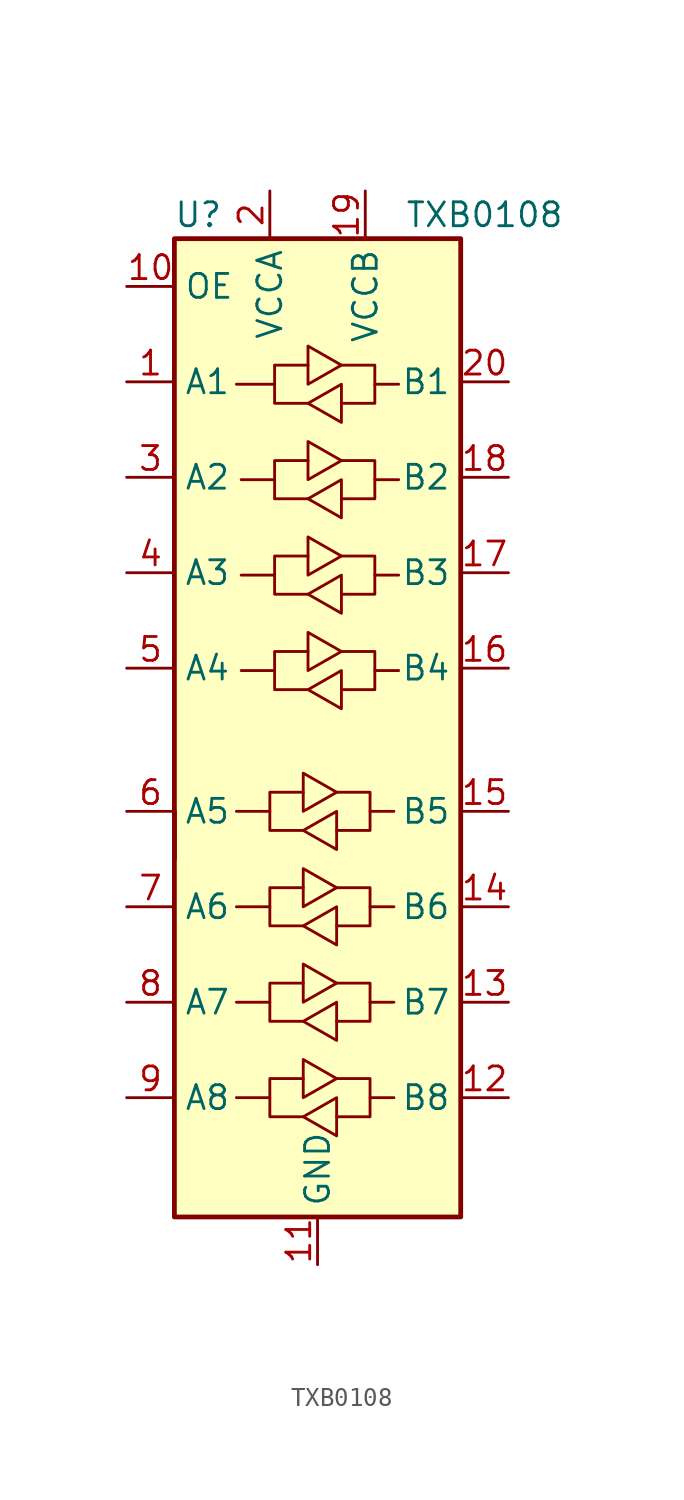
<source format=kicad_sym>
(kicad_symbol_lib
  (version 20211014)
  (generator kicad_symbol_editor)
  (symbol "TXB0108"
    (property "Reference" "U"
      (at 1.27 1.27 0)
      (effects (font (size 1.27 1.27))))
    (property "Value" "TXB0108"
      (at 16.51 1.27 0)
      (effects (font (size 1.27 1.27))))
    (symbol "TXB0108_0_1"
      (rectangle (start 0 -33.02) (end 0 -30.48) (stroke (width 0.254) (type default) (color 0 0 0 0)) (fill (type none)))
      (polyline (pts (xy 5.08 -45.72) (xy 5.08 -44.704) (xy 6.858 -44.704)) (stroke (width 0) (type default) (color 0 0 0 0)) (fill (type none)))
      (polyline (pts (xy 5.08 -40.64) (xy 5.08 -39.624) (xy 6.858 -39.624)) (stroke (width 0) (type default) (color 0 0 0 0)) (fill (type none)))
      (polyline (pts (xy 5.08 -35.56) (xy 5.08 -34.544) (xy 6.858 -34.544)) (stroke (width 0) (type default) (color 0 0 0 0)) (fill (type none)))
      (polyline (pts (xy 5.08 -30.48) (xy 5.08 -29.464) (xy 6.858 -29.464)) (stroke (width 0) (type default) (color 0 0 0 0)) (fill (type none)))
      (polyline (pts (xy 5.334 -22.987) (xy 5.334 -21.971) (xy 7.112 -21.971)) (stroke (width 0) (type default) (color 0 0 0 0)) (fill (type none)))
      (polyline (pts (xy 5.334 -17.907) (xy 5.334 -16.891) (xy 7.112 -16.891)) (stroke (width 0) (type default) (color 0 0 0 0)) (fill (type none)))
      (polyline (pts (xy 5.334 -12.827) (xy 5.334 -11.811) (xy 7.112 -11.811)) (stroke (width 0) (type default) (color 0 0 0 0)) (fill (type none)))
      (polyline (pts (xy 5.334 -7.747) (xy 5.334 -6.731) (xy 7.112 -6.731)) (stroke (width 0) (type default) (color 0 0 0 0)) (fill (type none)))
      (polyline (pts (xy 10.414 -45.72) (xy 10.414 -46.736) (xy 8.636 -46.736)) (stroke (width 0) (type default) (color 0 0 0 0)) (fill (type none)))
      (polyline (pts (xy 10.414 -40.64) (xy 10.414 -41.656) (xy 8.636 -41.656)) (stroke (width 0) (type default) (color 0 0 0 0)) (fill (type none)))
      (polyline (pts (xy 10.414 -35.56) (xy 10.414 -36.576) (xy 8.636 -36.576)) (stroke (width 0) (type default) (color 0 0 0 0)) (fill (type none)))
      (polyline (pts (xy 10.414 -30.48) (xy 10.414 -31.496) (xy 8.636 -31.496)) (stroke (width 0) (type default) (color 0 0 0 0)) (fill (type none)))
      (polyline (pts (xy 10.668 -22.987) (xy 10.668 -24.003) (xy 8.89 -24.003)) (stroke (width 0) (type default) (color 0 0 0 0)) (fill (type none)))
      (polyline (pts (xy 10.668 -17.907) (xy 10.668 -18.923) (xy 8.89 -18.923)) (stroke (width 0) (type default) (color 0 0 0 0)) (fill (type none)))
      (polyline (pts (xy 10.668 -12.827) (xy 10.668 -13.843) (xy 8.89 -13.843)) (stroke (width 0) (type default) (color 0 0 0 0)) (fill (type none)))
      (polyline (pts (xy 10.668 -7.747) (xy 10.668 -8.763) (xy 8.89 -8.763)) (stroke (width 0) (type default) (color 0 0 0 0)) (fill (type none)))
      (polyline (pts (xy 6.858 -46.736) (xy 5.08 -46.736) (xy 5.08 -45.72) (xy 3.302 -45.72)) (stroke (width 0) (type default) (color 0 0 0 0)) (fill (type none)))
      (polyline (pts (xy 6.858 -46.736) (xy 8.636 -45.72) (xy 8.636 -47.752) (xy 6.858 -46.736)) (stroke (width 0) (type default) (color 0 0 0 0)) (fill (type none)))
      (polyline (pts (xy 6.858 -41.656) (xy 5.08 -41.656) (xy 5.08 -40.64) (xy 3.302 -40.64)) (stroke (width 0) (type default) (color 0 0 0 0)) (fill (type none)))
      (polyline (pts (xy 6.858 -41.656) (xy 8.636 -40.64) (xy 8.636 -42.672) (xy 6.858 -41.656)) (stroke (width 0) (type default) (color 0 0 0 0)) (fill (type none)))
      (polyline (pts (xy 6.858 -36.576) (xy 5.08 -36.576) (xy 5.08 -35.56) (xy 3.302 -35.56)) (stroke (width 0) (type default) (color 0 0 0 0)) (fill (type none)))
      (polyline (pts (xy 6.858 -36.576) (xy 8.636 -35.56) (xy 8.636 -37.592) (xy 6.858 -36.576)) (stroke (width 0) (type default) (color 0 0 0 0)) (fill (type none)))
      (polyline (pts (xy 6.858 -31.496) (xy 5.08 -31.496) (xy 5.08 -30.48) (xy 3.302 -30.48)) (stroke (width 0) (type default) (color 0 0 0 0)) (fill (type none)))
      (polyline (pts (xy 6.858 -31.496) (xy 8.636 -30.48) (xy 8.636 -32.512) (xy 6.858 -31.496)) (stroke (width 0) (type default) (color 0 0 0 0)) (fill (type none)))
      (polyline (pts (xy 7.112 -24.003) (xy 5.334 -24.003) (xy 5.334 -22.987) (xy 3.556 -22.987)) (stroke (width 0) (type default) (color 0 0 0 0)) (fill (type none)))
      (polyline (pts (xy 7.112 -24.003) (xy 8.89 -22.987) (xy 8.89 -25.019) (xy 7.112 -24.003)) (stroke (width 0) (type default) (color 0 0 0 0)) (fill (type none)))
      (polyline (pts (xy 7.112 -18.923) (xy 5.334 -18.923) (xy 5.334 -17.907) (xy 3.556 -17.907)) (stroke (width 0) (type default) (color 0 0 0 0)) (fill (type none)))
      (polyline (pts (xy 7.112 -18.923) (xy 8.89 -17.907) (xy 8.89 -19.939) (xy 7.112 -18.923)) (stroke (width 0) (type default) (color 0 0 0 0)) (fill (type none)))
      (polyline (pts (xy 7.112 -13.843) (xy 5.334 -13.843) (xy 5.334 -12.827) (xy 3.556 -12.827)) (stroke (width 0) (type default) (color 0 0 0 0)) (fill (type none)))
      (polyline (pts (xy 7.112 -13.843) (xy 8.89 -12.827) (xy 8.89 -14.859) (xy 7.112 -13.843)) (stroke (width 0) (type default) (color 0 0 0 0)) (fill (type none)))
      (polyline (pts (xy 7.112 -8.763) (xy 5.334 -8.763) (xy 5.334 -7.747) (xy 3.302 -7.747)) (stroke (width 0) (type default) (color 0 0 0 0)) (fill (type none)))
      (polyline (pts (xy 7.112 -8.763) (xy 8.89 -7.747) (xy 8.89 -9.779) (xy 7.112 -8.763)) (stroke (width 0) (type default) (color 0 0 0 0)) (fill (type none)))
      (polyline (pts (xy 8.636 -44.704) (xy 6.858 -45.72) (xy 6.858 -43.688) (xy 8.636 -44.704)) (stroke (width 0) (type default) (color 0 0 0 0)) (fill (type none)))
      (polyline (pts (xy 8.636 -44.704) (xy 10.414 -44.704) (xy 10.414 -45.72) (xy 11.684 -45.72)) (stroke (width 0) (type default) (color 0 0 0 0)) (fill (type none)))
      (polyline (pts (xy 8.636 -39.624) (xy 6.858 -40.64) (xy 6.858 -38.608) (xy 8.636 -39.624)) (stroke (width 0) (type default) (color 0 0 0 0)) (fill (type none)))
      (polyline (pts (xy 8.636 -39.624) (xy 10.414 -39.624) (xy 10.414 -40.64) (xy 11.684 -40.64)) (stroke (width 0) (type default) (color 0 0 0 0)) (fill (type none)))
      (polyline (pts (xy 8.636 -34.544) (xy 6.858 -35.56) (xy 6.858 -33.528) (xy 8.636 -34.544)) (stroke (width 0) (type default) (color 0 0 0 0)) (fill (type none)))
      (polyline (pts (xy 8.636 -34.544) (xy 10.414 -34.544) (xy 10.414 -35.56) (xy 11.684 -35.56)) (stroke (width 0) (type default) (color 0 0 0 0)) (fill (type none)))
      (polyline (pts (xy 8.636 -29.464) (xy 6.858 -30.48) (xy 6.858 -28.448) (xy 8.636 -29.464)) (stroke (width 0) (type default) (color 0 0 0 0)) (fill (type none)))
      (polyline (pts (xy 8.636 -29.464) (xy 10.414 -29.464) (xy 10.414 -30.48) (xy 11.684 -30.48)) (stroke (width 0) (type default) (color 0 0 0 0)) (fill (type none)))
      (polyline (pts (xy 8.89 -21.971) (xy 7.112 -22.987) (xy 7.112 -20.955) (xy 8.89 -21.971)) (stroke (width 0) (type default) (color 0 0 0 0)) (fill (type none)))
      (polyline (pts (xy 8.89 -21.971) (xy 10.668 -21.971) (xy 10.668 -22.987) (xy 11.938 -22.987)) (stroke (width 0) (type default) (color 0 0 0 0)) (fill (type none)))
      (polyline (pts (xy 8.89 -16.891) (xy 7.112 -17.907) (xy 7.112 -15.875) (xy 8.89 -16.891)) (stroke (width 0) (type default) (color 0 0 0 0)) (fill (type none)))
      (polyline (pts (xy 8.89 -16.891) (xy 10.668 -16.891) (xy 10.668 -17.907) (xy 11.938 -17.907)) (stroke (width 0) (type default) (color 0 0 0 0)) (fill (type none)))
      (polyline (pts (xy 8.89 -11.811) (xy 7.112 -12.827) (xy 7.112 -10.795) (xy 8.89 -11.811)) (stroke (width 0) (type default) (color 0 0 0 0)) (fill (type none)))
      (polyline (pts (xy 8.89 -11.811) (xy 10.668 -11.811) (xy 10.668 -12.827) (xy 11.938 -12.827)) (stroke (width 0) (type default) (color 0 0 0 0)) (fill (type none)))
      (polyline (pts (xy 8.89 -6.731) (xy 7.112 -7.747) (xy 7.112 -5.715) (xy 8.89 -6.731)) (stroke (width 0) (type default) (color 0 0 0 0)) (fill (type none)))
      (polyline (pts (xy 8.89 -6.731) (xy 10.668 -6.731) (xy 10.668 -7.747) (xy 11.938 -7.747)) (stroke (width 0) (type default) (color 0 0 0 0)) (fill (type none)))
      (rectangle (start 0 0) (end 15.24 -52.07) (stroke (width 0.254) (type default) (color 0 0 0 0)) (fill (type background))))
    (symbol "TXB0108_1_1"
      (pin bidirectional line (at -2.54 -7.62 0) (length 2.54) (name "A1" (effects (font (size 1.27 1.27)))) (number "1" (effects (font (size 1.27 1.27)))))
      (pin input line (at -2.54 -2.54 0) (length 2.54) (name "OE" (effects (font (size 1.27 1.27)))) (number "10" (effects (font (size 1.27 1.27)))))
      (pin power_in line (at 7.62 -54.61 90) (length 2.54) (name "GND" (effects (font (size 1.27 1.27)))) (number "11" (effects (font (size 1.27 1.27)))))
      (pin bidirectional line (at 17.78 -45.72 180) (length 2.54) (name "B8" (effects (font (size 1.27 1.27)))) (number "12" (effects (font (size 1.27 1.27)))))
      (pin bidirectional line (at 17.78 -40.64 180) (length 2.54) (name "B7" (effects (font (size 1.27 1.27)))) (number "13" (effects (font (size 1.27 1.27)))))
      (pin bidirectional line (at 17.78 -35.56 180) (length 2.54) (name "B6" (effects (font (size 1.27 1.27)))) (number "14" (effects (font (size 1.27 1.27)))))
      (pin bidirectional line (at 17.78 -30.48 180) (length 2.54) (name "B5" (effects (font (size 1.27 1.27)))) (number "15" (effects (font (size 1.27 1.27)))))
      (pin bidirectional line (at 17.78 -22.86 180) (length 2.54) (name "B4" (effects (font (size 1.27 1.27)))) (number "16" (effects (font (size 1.27 1.27)))))
      (pin bidirectional line (at 17.78 -17.78 180) (length 2.54) (name "B3" (effects (font (size 1.27 1.27)))) (number "17" (effects (font (size 1.27 1.27)))))
      (pin bidirectional line (at 17.78 -12.7 180) (length 2.54) (name "B2" (effects (font (size 1.27 1.27)))) (number "18" (effects (font (size 1.27 1.27)))))
      (pin power_in line (at 10.16 2.54 270) (length 2.54) (name "VCCB" (effects (font (size 1.27 1.27)))) (number "19" (effects (font (size 1.27 1.27)))))
      (pin power_in line (at 5.08 2.54 270) (length 2.54) (name "VCCA" (effects (font (size 1.27 1.27)))) (number "2" (effects (font (size 1.27 1.27)))))
      (pin bidirectional line (at 17.78 -7.62 180) (length 2.54) (name "B1" (effects (font (size 1.27 1.27)))) (number "20" (effects (font (size 1.27 1.27)))))
      (pin bidirectional line (at -2.54 -12.7 0) (length 2.54) (name "A2" (effects (font (size 1.27 1.27)))) (number "3" (effects (font (size 1.27 1.27)))))
      (pin bidirectional line (at -2.54 -17.78 0) (length 2.54) (name "A3" (effects (font (size 1.27 1.27)))) (number "4" (effects (font (size 1.27 1.27)))))
      (pin bidirectional line (at -2.54 -22.86 0) (length 2.54) (name "A4" (effects (font (size 1.27 1.27)))) (number "5" (effects (font (size 1.27 1.27)))))
      (pin bidirectional line (at -2.54 -30.48 0) (length 2.54) (name "A5" (effects (font (size 1.27 1.27)))) (number "6" (effects (font (size 1.27 1.27)))))
      (pin bidirectional line (at -2.54 -35.56 0) (length 2.54) (name "A6" (effects (font (size 1.27 1.27)))) (number "7" (effects (font (size 1.27 1.27)))))
      (pin bidirectional line (at -2.54 -40.64 0) (length 2.54) (name "A7" (effects (font (size 1.27 1.27)))) (number "8" (effects (font (size 1.27 1.27)))))
      (pin bidirectional line (at -2.54 -45.72 0) (length 2.54) (name "A8" (effects (font (size 1.27 1.27)))) (number "9" (effects (font (size 1.27 1.27))))))))
</source>
